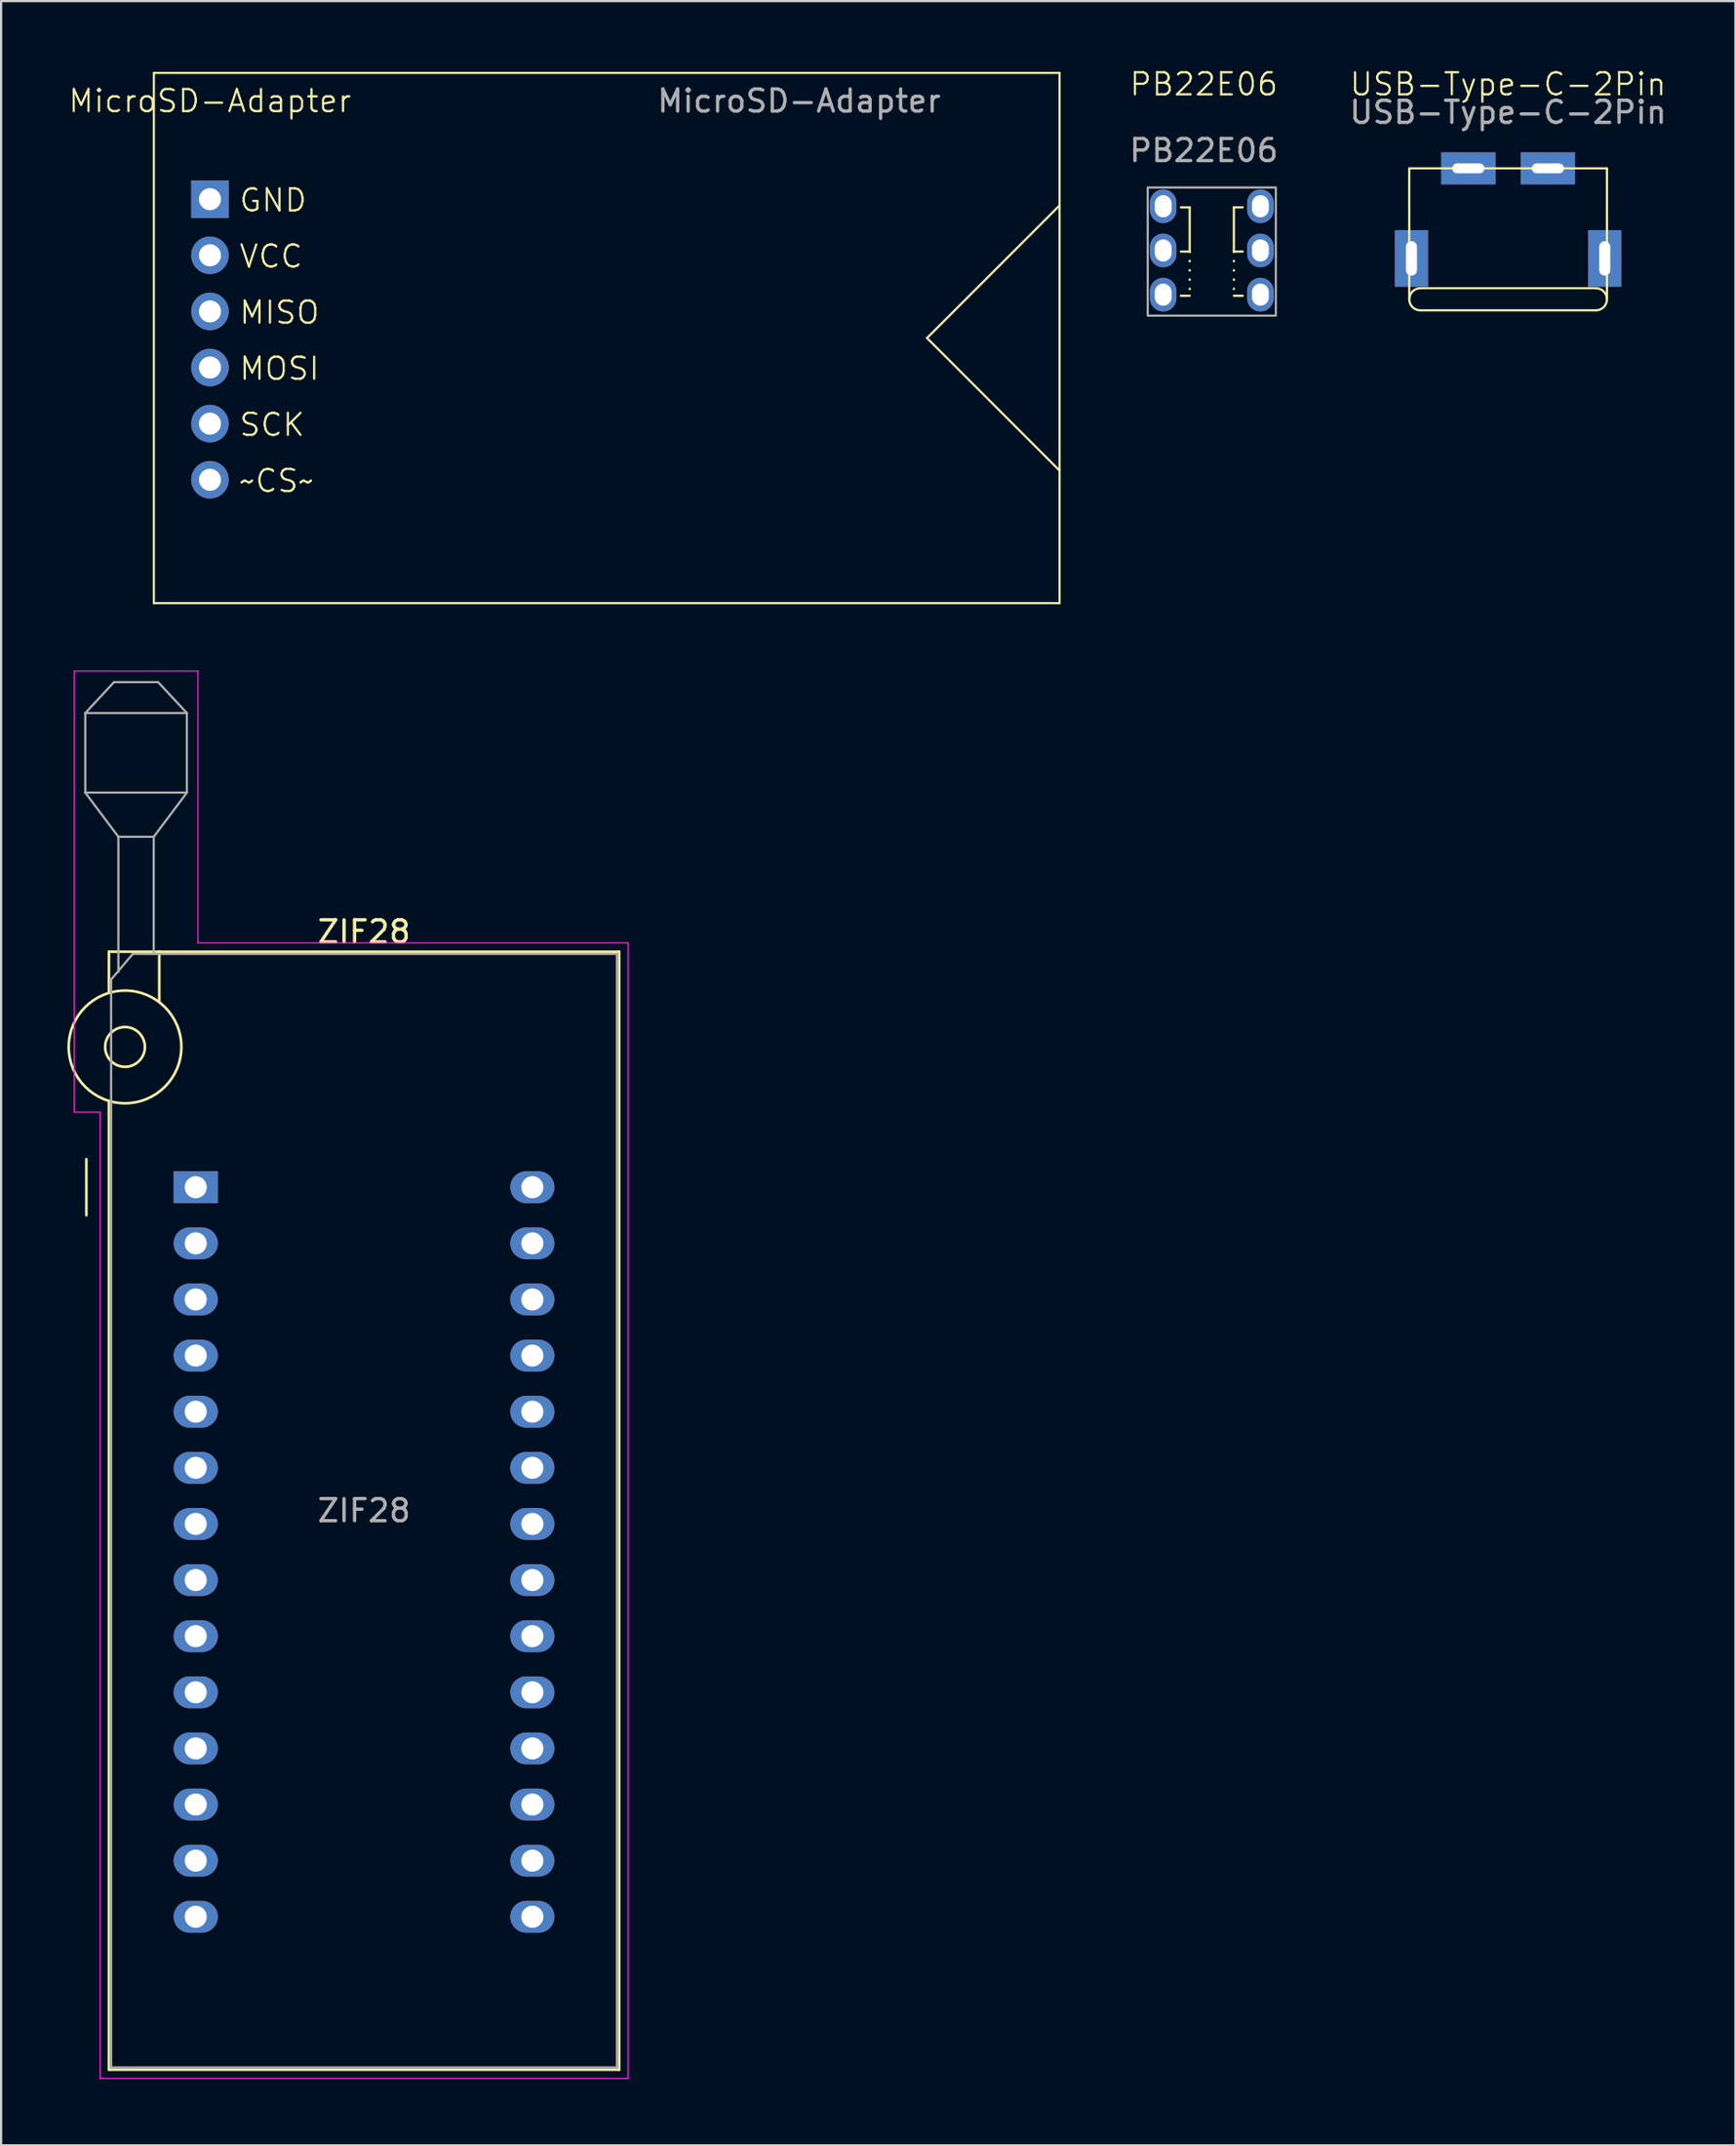
<source format=kicad_pcb>
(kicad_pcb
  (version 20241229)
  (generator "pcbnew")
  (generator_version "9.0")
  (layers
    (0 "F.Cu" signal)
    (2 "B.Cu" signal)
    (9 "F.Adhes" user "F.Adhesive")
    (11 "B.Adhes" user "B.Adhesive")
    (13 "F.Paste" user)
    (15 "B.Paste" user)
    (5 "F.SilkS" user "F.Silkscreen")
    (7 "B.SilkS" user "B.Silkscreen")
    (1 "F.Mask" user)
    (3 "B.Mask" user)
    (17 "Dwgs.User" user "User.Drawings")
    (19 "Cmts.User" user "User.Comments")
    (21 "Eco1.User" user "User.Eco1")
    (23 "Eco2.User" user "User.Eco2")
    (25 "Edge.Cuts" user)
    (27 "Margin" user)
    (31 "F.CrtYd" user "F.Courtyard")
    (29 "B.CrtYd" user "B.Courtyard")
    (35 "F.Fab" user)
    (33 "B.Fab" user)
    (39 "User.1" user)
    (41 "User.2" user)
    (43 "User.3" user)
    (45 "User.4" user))
  (footprint "USB-Type-C-2Pin"
    (layer "F.Cu")
    (at 65.221 4.571)
    (property "Reference" "USB-Type-C-2Pin" (at 0 -3.81 0) (unlocked yes) (layer "F.SilkS") (effects (font (size 1 1) (thickness 0.1))))
    (attr through_hole)
    (fp_line (start -4.475 0) (end -4.475 5.925) (stroke (width 0.1) (type default)) (layer "F.SilkS"))
    (fp_line (start -3.975 5.425) (end 3.975 5.425) (stroke (width 0.1) (type default)) (layer "F.SilkS"))
    (fp_line (start -3.975 6.425) (end 3.975 6.425) (stroke (width 0.1) (type default)) (layer "F.SilkS"))
    (fp_line (start 4.475 0) (end -4.475 0) (stroke (width 0.1) (type default)) (layer "F.SilkS"))
    (fp_line (start 4.475 5.925) (end 4.475 0) (stroke (width 0.1) (type default)) (layer "F.SilkS"))
    (fp_arc (start -3.975 6.425) (mid -4.475 5.925) (end -3.975 5.425) (stroke (width 0.1) (type default)) (layer "F.SilkS"))
    (fp_arc (start 3.975 5.425) (mid 4.475 5.925) (end 3.975 6.425) (stroke (width 0.1) (type default)) (layer "F.SilkS"))
    (fp_text user "${REFERENCE}" (at 0 -2.54 0) (unlocked yes) (layer "F.Fab") (effects (font (size 1 1) (thickness 0.15))))
    (pad "" thru_hole rect (at -4.375 4.075) (size 1.5 2.56) (drill oval 0.5 1.56) (layers "*.Cu" "*.Mask"))
    (pad "" thru_hole rect (at 4.375 4.075) (size 1.5 2.56) (drill oval 0.5 1.56) (layers "*.Cu" "*.Mask"))
    (pad "1" thru_hole rect (at -1.8 0) (size 2.46 1.45) (drill oval 1.46 0.45) (layers "*.Cu" "*.Mask"))
    (pad "2" thru_hole rect (at 1.8 0) (size 2.46 1.45) (drill oval 1.46 0.45) (layers "*.Cu" "*.Mask")))
  (footprint "MicroSD-Adapter"
    (layer "F.Cu")
    (at 3.915 0.25)
    (property "Reference" "MicroSD-Adapter" (at 2.54 1.27 0) (unlocked yes) (layer "F.SilkS") (effects (font (size 1 1) (thickness 0.1))))
    (attr through_hole)
    (fp_line (start 0 0) (end 41 0) (stroke (width 0.1) (type default)) (layer "F.SilkS"))
    (fp_line (start 0 24) (end 0 0) (stroke (width 0.1) (type default)) (layer "F.SilkS"))
    (fp_line (start 35 12) (end 41 18) (stroke (width 0.1) (type default)) (layer "F.SilkS"))
    (fp_line (start 41 0) (end 41 24) (stroke (width 0.1) (type default)) (layer "F.SilkS"))
    (fp_line (start 41 6) (end 35 12) (stroke (width 0.1) (type default)) (layer "F.SilkS"))
    (fp_line (start 41 24) (end 0 24) (stroke (width 0.1) (type default)) (layer "F.SilkS"))
    (fp_text user "GND" (at 3.81 6.35 0) (unlocked yes) (layer "F.SilkS") (effects (font (size 1 1) (thickness 0.1)) (justify left bottom)))
    (fp_text user "SCK" (at 3.81 16.51 0) (unlocked yes) (layer "F.SilkS") (effects (font (size 1 1) (thickness 0.1)) (justify left bottom)))
    (fp_text user "MISO" (at 3.81 11.43 0) (unlocked yes) (layer "F.SilkS") (effects (font (size 1 1) (thickness 0.1)) (justify left bottom)))
    (fp_text user "MOSI" (at 3.81 13.97 0) (unlocked yes) (layer "F.SilkS") (effects (font (size 1 1) (thickness 0.1)) (justify left bottom)))
    (fp_text user "~CS~" (at 3.81 19.05 0) (unlocked yes) (layer "F.SilkS") (effects (font (size 1 1) (thickness 0.1)) (justify left bottom)))
    (fp_text user "VCC" (at 3.81 8.89 0) (unlocked yes) (layer "F.SilkS") (effects (font (size 1 1) (thickness 0.1)) (justify left bottom)))
    (fp_text user "${REFERENCE}" (at 29.21 1.27 0) (unlocked yes) (layer "F.Fab") (effects (font (size 1 1) (thickness 0.15))))
    (pad "1" thru_hole rect (at 2.54 5.715) (size 1.7 1.7) (drill 1) (layers "*.Cu" "*.Mask"))
    (pad "2" thru_hole circle (at 2.54 8.255) (size 1.7 1.7) (drill 1) (layers "*.Cu" "*.Mask"))
    (pad "3" thru_hole circle (at 2.54 10.795) (size 1.7 1.7) (drill 1) (layers "*.Cu" "*.Mask"))
    (pad "4" thru_hole circle (at 2.54 13.335) (size 1.7 1.7) (drill 1) (layers "*.Cu" "*.Mask"))
    (pad "5" thru_hole circle (at 2.54 15.875) (size 1.7 1.7) (drill 1) (layers "*.Cu" "*.Mask"))
    (pad "6" thru_hole circle (at 2.54 18.415) (size 1.7 1.7) (drill 1) (layers "*.Cu" "*.Mask")))
  (footprint "ZIF28"
    (layer "F.Cu")
    (at 5.81 50.685)
    (property "Reference" "ZIF28" (at 7.62 -11.56 180) (layer "F.SilkS") (effects (font (size 1 1) (thickness 0.15))))
    (attr through_hole)
    (fp_line (start -4.95 1.27) (end -4.95 -1.27) (stroke (width 0.12) (type solid)) (layer "F.SilkS"))
    (fp_line (start -3.93 -10.66) (end -3.93 -8.8) (stroke (width 0.12) (type solid)) (layer "F.SilkS"))
    (fp_line (start -3.93 -3.9) (end -3.93 39.94) (stroke (width 0.12) (type solid)) (layer "F.SilkS"))
    (fp_line (start -3.93 39.94) (end 19.17 39.94) (stroke (width 0.12) (type solid)) (layer "F.SilkS"))
    (fp_line (start -1.65 -10.66) (end -1.65 -8.4) (stroke (width 0.12) (type solid)) (layer "F.SilkS"))
    (fp_line (start 19.17 -10.66) (end -3.93 -10.66) (stroke (width 0.12) (type solid)) (layer "F.SilkS"))
    (fp_line (start 19.17 39.94) (end 19.17 -10.66) (stroke (width 0.12) (type solid)) (layer "F.SilkS"))
    (fp_circle (center -3.2 -6.35) (end -2.3 -6.35) (stroke (width 0.12) (type solid)) (fill no) (layer "F.SilkS"))
    (fp_circle (center -3.2 -6.35) (end -0.65 -6.35) (stroke (width 0.12) (type solid)) (fill no) (layer "F.SilkS"))
    (fp_line (start -5.5 -23.36) (end 0.1 -23.36) (stroke (width 0.05) (type solid)) (layer "F.CrtYd"))
    (fp_line (start -5.5 -3.4) (end -5.5 -23.36) (stroke (width 0.05) (type solid)) (layer "F.CrtYd"))
    (fp_line (start -4.33 -3.4) (end -5.5 -3.4) (stroke (width 0.05) (type solid)) (layer "F.CrtYd"))
    (fp_line (start -4.33 40.34) (end -4.33 -3.4) (stroke (width 0.05) (type solid)) (layer "F.CrtYd"))
    (fp_line (start 0.1 -23.36) (end 0.1 -11.06) (stroke (width 0.05) (type solid)) (layer "F.CrtYd"))
    (fp_line (start 0.1 -11.06) (end 19.57 -11.06) (stroke (width 0.05) (type solid)) (layer "F.CrtYd"))
    (fp_line (start 19.57 -11.06) (end 19.57 40.34) (stroke (width 0.05) (type solid)) (layer "F.CrtYd"))
    (fp_line (start 19.57 40.34) (end -4.33 40.34) (stroke (width 0.05) (type solid)) (layer "F.CrtYd"))
    (fp_line (start -5 -21.46) (end -5 -17.86) (stroke (width 0.1) (type solid)) (layer "F.Fab"))
    (fp_line (start -5 -21.46) (end -3.7 -22.86) (stroke (width 0.1) (type solid)) (layer "F.Fab"))
    (fp_line (start -5 -17.86) (end -3.5 -15.86) (stroke (width 0.1) (type solid)) (layer "F.Fab"))
    (fp_line (start -5 -17.86) (end -0.4 -17.86) (stroke (width 0.1) (type solid)) (layer "F.Fab"))
    (fp_line (start -3.83 -9.4) (end -2.85 -10.56) (stroke (width 0.1) (type solid)) (layer "F.Fab"))
    (fp_line (start -3.83 39.84) (end -3.83 -9.4) (stroke (width 0.1) (type solid)) (layer "F.Fab"))
    (fp_line (start -3.7 -22.86) (end -1.7 -22.86) (stroke (width 0.1) (type solid)) (layer "F.Fab"))
    (fp_line (start -3.5 -15.86) (end -1.9 -15.86) (stroke (width 0.1) (type solid)) (layer "F.Fab"))
    (fp_line (start -3.5 -9.75) (end -3.5 -15.86) (stroke (width 0.1) (type solid)) (layer "F.Fab"))
    (fp_line (start -2.85 -10.56) (end 19.07 -10.56) (stroke (width 0.1) (type solid)) (layer "F.Fab"))
    (fp_line (start -1.9 -15.86) (end -1.9 -10.56) (stroke (width 0.1) (type solid)) (layer "F.Fab"))
    (fp_line (start -1.7 -22.86) (end -0.4 -21.46) (stroke (width 0.1) (type solid)) (layer "F.Fab"))
    (fp_line (start -0.4 -21.46) (end -5 -21.46) (stroke (width 0.1) (type solid)) (layer "F.Fab"))
    (fp_line (start -0.4 -17.86) (end -1.9 -15.86) (stroke (width 0.1) (type solid)) (layer "F.Fab"))
    (fp_line (start -0.4 -17.86) (end -0.4 -21.46) (stroke (width 0.1) (type solid)) (layer "F.Fab"))
    (fp_line (start 19.07 -10.56) (end 19.07 39.84) (stroke (width 0.1) (type solid)) (layer "F.Fab"))
    (fp_line (start 19.07 39.84) (end -3.83 39.84) (stroke (width 0.1) (type solid)) (layer "F.Fab"))
    (fp_text user "${REFERENCE}" (at 7.62 14.64 180) (layer "F.Fab") (effects (font (size 1 1) (thickness 0.15))))
    (pad "1" thru_hole rect (at 0 0) (size 2 1.44) (drill 1) (layers "*.Cu" "*.Mask"))
    (pad "2" thru_hole oval (at 0 2.54) (size 2 1.44) (drill 1) (layers "*.Cu" "*.Mask"))
    (pad "3" thru_hole oval (at 0 5.08) (size 2 1.44) (drill 1) (layers "*.Cu" "*.Mask"))
    (pad "4" thru_hole oval (at 0 7.62) (size 2 1.44) (drill 1) (layers "*.Cu" "*.Mask"))
    (pad "5" thru_hole oval (at 0 10.16) (size 2 1.44) (drill 1) (layers "*.Cu" "*.Mask"))
    (pad "6" thru_hole oval (at 0 12.7) (size 2 1.44) (drill 1) (layers "*.Cu" "*.Mask"))
    (pad "7" thru_hole oval (at 0 15.24) (size 2 1.44) (drill 1) (layers "*.Cu" "*.Mask"))
    (pad "8" thru_hole oval (at 0 17.78) (size 2 1.44) (drill 1) (layers "*.Cu" "*.Mask"))
    (pad "9" thru_hole oval (at 0 20.32) (size 2 1.44) (drill 1) (layers "*.Cu" "*.Mask"))
    (pad "10" thru_hole oval (at 0 22.86) (size 2 1.44) (drill 1) (layers "*.Cu" "*.Mask"))
    (pad "11" thru_hole oval (at 0 25.4) (size 2 1.44) (drill 1) (layers "*.Cu" "*.Mask"))
    (pad "12" thru_hole oval (at 0 27.94) (size 2 1.44) (drill 1) (layers "*.Cu" "*.Mask"))
    (pad "13" thru_hole oval (at 0 30.48) (size 2 1.44) (drill 1) (layers "*.Cu" "*.Mask"))
    (pad "14" thru_hole oval (at 0 33.02) (size 2 1.44) (drill 1) (layers "*.Cu" "*.Mask"))
    (pad "15" thru_hole oval (at 15.24 33.02) (size 2 1.44) (drill 1) (layers "*.Cu" "*.Mask"))
    (pad "16" thru_hole oval (at 15.24 30.48) (size 2 1.44) (drill 1) (layers "*.Cu" "*.Mask"))
    (pad "17" thru_hole oval (at 15.24 27.94) (size 2 1.44) (drill 1) (layers "*.Cu" "*.Mask"))
    (pad "18" thru_hole oval (at 15.24 25.4) (size 2 1.44) (drill 1) (layers "*.Cu" "*.Mask"))
    (pad "19" thru_hole oval (at 15.24 22.86) (size 2 1.44) (drill 1) (layers "*.Cu" "*.Mask"))
    (pad "20" thru_hole oval (at 15.24 20.32) (size 2 1.44) (drill 1) (layers "*.Cu" "*.Mask"))
    (pad "21" thru_hole oval (at 15.24 17.78) (size 2 1.44) (drill 1) (layers "*.Cu" "*.Mask"))
    (pad "22" thru_hole oval (at 15.24 15.24) (size 2 1.44) (drill 1) (layers "*.Cu" "*.Mask"))
    (pad "23" thru_hole oval (at 15.24 12.7) (size 2 1.44) (drill 1) (layers "*.Cu" "*.Mask"))
    (pad "24" thru_hole oval (at 15.24 10.16) (size 2 1.44) (drill 1) (layers "*.Cu" "*.Mask"))
    (pad "25" thru_hole oval (at 15.24 7.62) (size 2 1.44) (drill 1) (layers "*.Cu" "*.Mask"))
    (pad "26" thru_hole oval (at 15.24 5.08) (size 2 1.44) (drill 1) (layers "*.Cu" "*.Mask"))
    (pad "27" thru_hole oval (at 15.24 2.54) (size 2 1.44) (drill 1) (layers "*.Cu" "*.Mask"))
    (pad "28" thru_hole oval (at 15.24 0) (size 2 1.44) (drill 1) (layers "*.Cu" "*.Mask")))
  (footprint "PB22E06"
    (layer "F.Cu")
    (at 48.907 5.436)
    (property "Reference" "PB22E06" (at 2.54 -4.675 0) (unlocked yes) (layer "F.SilkS") (effects (font (size 1 1) (thickness 0.1))))
    (attr through_hole)
    (fp_line (start 1.5 0.9) (end 1.9 0.9) (stroke (width 0.1) (type solid)) (layer "F.SilkS"))
    (fp_line (start 1.9 0.9) (end 1.9 2.9) (stroke (width 0.1) (type solid)) (layer "F.SilkS"))
    (fp_line (start 1.9 2.9) (end 1.5 2.9) (stroke (width 0.1) (type solid)) (layer "F.SilkS"))
    (fp_line (start 1.9 2.9) (end 1.9 4.9) (stroke (width 0.1) (type dot)) (layer "F.SilkS"))
    (fp_line (start 1.9 4.9) (end 1.5 4.9) (stroke (width 0.1) (type solid)) (layer "F.SilkS"))
    (fp_line (start 3.9 0.9) (end 3.9 2.9) (stroke (width 0.1) (type solid)) (layer "F.SilkS"))
    (fp_line (start 3.9 2.9) (end 3.9 4.9) (stroke (width 0.1) (type dot)) (layer "F.SilkS"))
    (fp_line (start 3.9 2.9) (end 4.3 2.9) (stroke (width 0.1) (type solid)) (layer "F.SilkS"))
    (fp_line (start 4.3 0.9) (end 3.9 0.9) (stroke (width 0.1) (type solid)) (layer "F.SilkS"))
    (fp_line (start 4.3 4.9) (end 3.9 4.9) (stroke (width 0.1) (type solid)) (layer "F.SilkS"))
    (fp_rect (start 0 0) (end 5.8 5.8) (stroke (width 0.1) (type default)) (fill no) (layer "F.Fab"))
    (fp_text user "${REFERENCE}" (at 2.54 -1.675 0) (unlocked yes) (layer "F.Fab") (effects (font (size 1 1) (thickness 0.15))))
    (pad "" thru_hole oval (at 0.7 2.85) (size 1.2 1.524) (drill oval 0.762 1) (layers "*.Cu" "*.Mask"))
    (pad "" thru_hole oval (at 5.1 2.85) (size 1.2 1.524) (drill oval 0.762 1) (layers "*.Cu" "*.Mask"))
    (pad "1" thru_hole oval (at 0.7 0.85) (size 1.2 1.524) (drill oval 0.762 1) (layers "*.Cu" "*.Mask"))
    (pad "2" thru_hole oval (at 0.7 4.85) (size 1.2 1.524) (drill oval 0.762 1) (layers "*.Cu" "*.Mask"))
    (pad "3" thru_hole oval (at 5.1 0.85) (size 1.2 1.524) (drill oval 0.762 1) (layers "*.Cu" "*.Mask"))
    (pad "4" thru_hole oval (at 5.1 4.85) (size 1.2 1.524) (drill oval 0.762 1) (layers "*.Cu" "*.Mask")))
  (gr_rect
    (start -3 -3)
    (end 75.512 94.05)
    (stroke (width 0.1) (type default))
    (fill no)
    (layer "Edge.Cuts")))
</source>
